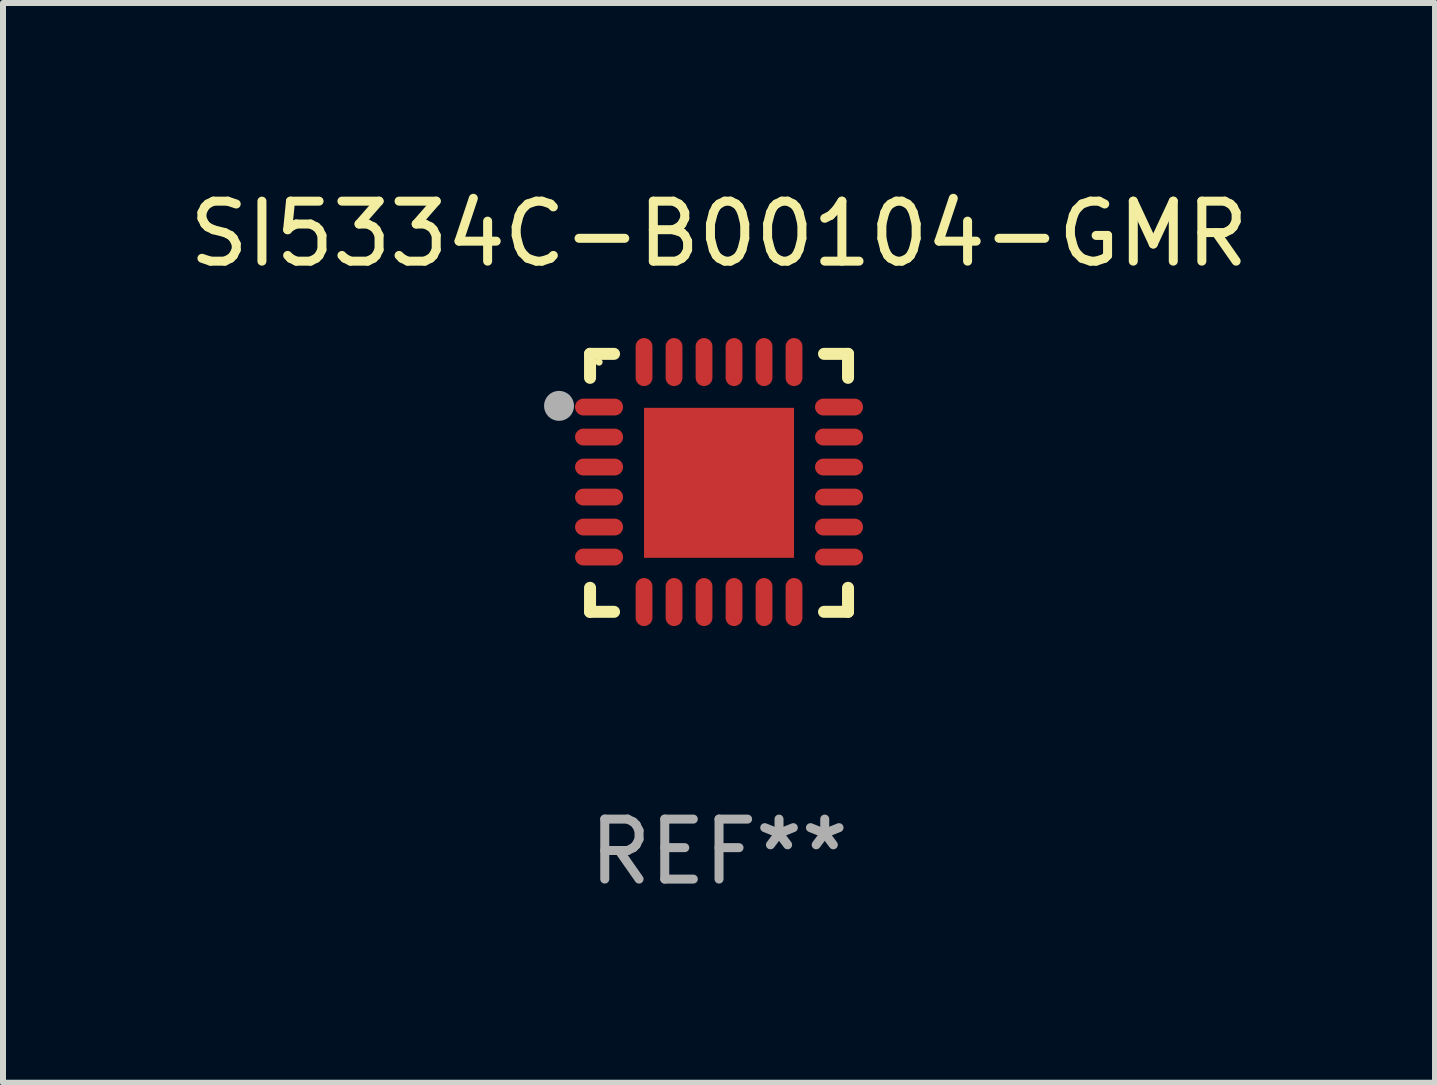
<source format=kicad_pcb>
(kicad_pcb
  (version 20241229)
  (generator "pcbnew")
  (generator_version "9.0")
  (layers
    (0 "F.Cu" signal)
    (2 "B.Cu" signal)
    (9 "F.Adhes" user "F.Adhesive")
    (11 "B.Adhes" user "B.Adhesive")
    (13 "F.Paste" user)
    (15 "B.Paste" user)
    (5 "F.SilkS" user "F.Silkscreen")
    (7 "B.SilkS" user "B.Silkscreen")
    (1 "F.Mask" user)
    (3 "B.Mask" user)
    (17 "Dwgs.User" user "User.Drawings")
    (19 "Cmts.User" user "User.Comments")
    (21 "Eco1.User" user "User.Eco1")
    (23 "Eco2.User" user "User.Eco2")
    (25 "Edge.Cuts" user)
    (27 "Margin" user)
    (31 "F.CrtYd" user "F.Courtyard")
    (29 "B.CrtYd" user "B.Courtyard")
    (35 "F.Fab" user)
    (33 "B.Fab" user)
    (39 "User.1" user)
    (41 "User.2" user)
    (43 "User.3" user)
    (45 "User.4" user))
  (footprint "SI5334C-B00104-GMR"
    (layer "F.Cu")
    (at 8.935 4.998)
    (property "Reference" "SI5334C-B00104-GMR" (at 0 -4.15 0) (layer "F.SilkS") (effects (font (size 1 1) (thickness 0.15))))
    (attr through_hole)
    (fp_line (start -2.15 -2.15) (end -1.75 -2.15) (stroke (width 0.2) (type solid)) (layer "F.SilkS"))
    (fp_line (start -2.15 -1.75) (end -2.15 -2.15) (stroke (width 0.2) (type solid)) (layer "F.SilkS"))
    (fp_line (start -2.15 2.15) (end -2.15 1.75) (stroke (width 0.2) (type solid)) (layer "F.SilkS"))
    (fp_line (start -1.75 2.15) (end -2.15 2.15) (stroke (width 0.2) (type solid)) (layer "F.SilkS"))
    (fp_line (start 1.75 -2.15) (end 2.15 -2.15) (stroke (width 0.2) (type solid)) (layer "F.SilkS"))
    (fp_line (start 1.75 2.15) (end 2.15 2.15) (stroke (width 0.2) (type solid)) (layer "F.SilkS"))
    (fp_line (start 2.15 -2.15) (end 2.15 -1.75) (stroke (width 0.2) (type solid)) (layer "F.SilkS"))
    (fp_line (start 2.15 2.15) (end 2.15 1.75) (stroke (width 0.2) (type solid)) (layer "F.SilkS"))
    (fp_circle (center -2 -2.013) (end -1.97 -2.013) (stroke (width 0.06) (type solid)) (fill no) (layer "F.SilkS"))
    (fp_circle (center -2.667 -1.283) (end -2.542 -1.283) (stroke (width 0.25) (type solid)) (fill no) (layer "F.Fab"))
    (fp_text user "REF**" (at 0 6.15 0) (layer "F.Fab") (effects (font (size 1 1) (thickness 0.15))))
    (pad "1" smd oval (at -2 -1.263) (size 0.8 0.28) (layers "F.Cu" "F.Mask" "F.Paste"))
    (pad "2" smd oval (at -2 -0.763) (size 0.8 0.28) (layers "F.Cu" "F.Mask" "F.Paste"))
    (pad "3" smd oval (at -2 -0.263) (size 0.8 0.28) (layers "F.Cu" "F.Mask" "F.Paste"))
    (pad "4" smd oval (at -2 0.237) (size 0.8 0.28) (layers "F.Cu" "F.Mask" "F.Paste"))
    (pad "5" smd oval (at -2 0.737) (size 0.8 0.28) (layers "F.Cu" "F.Mask" "F.Paste"))
    (pad "6" smd oval (at -2 1.237) (size 0.8 0.28) (layers "F.Cu" "F.Mask" "F.Paste"))
    (pad "7" smd oval (at -1.25 1.987) (size 0.28 0.8) (layers "F.Cu" "F.Mask" "F.Paste"))
    (pad "8" smd oval (at -0.75 1.987) (size 0.28 0.8) (layers "F.Cu" "F.Mask" "F.Paste"))
    (pad "9" smd oval (at -0.25 1.987) (size 0.28 0.8) (layers "F.Cu" "F.Mask" "F.Paste"))
    (pad "10" smd oval (at 0.25 1.987) (size 0.28 0.8) (layers "F.Cu" "F.Mask" "F.Paste"))
    (pad "11" smd oval (at 0.75 1.987) (size 0.28 0.8) (layers "F.Cu" "F.Mask" "F.Paste"))
    (pad "12" smd oval (at 1.25 1.987) (size 0.28 0.8) (layers "F.Cu" "F.Mask" "F.Paste"))
    (pad "13" smd oval (at 2 1.237) (size 0.8 0.28) (layers "F.Cu" "F.Mask" "F.Paste"))
    (pad "14" smd oval (at 2 0.737) (size 0.8 0.28) (layers "F.Cu" "F.Mask" "F.Paste"))
    (pad "15" smd oval (at 2 0.237) (size 0.8 0.28) (layers "F.Cu" "F.Mask" "F.Paste"))
    (pad "16" smd oval (at 2 -0.263) (size 0.8 0.28) (layers "F.Cu" "F.Mask" "F.Paste"))
    (pad "17" smd oval (at 2 -0.763) (size 0.8 0.28) (layers "F.Cu" "F.Mask" "F.Paste"))
    (pad "18" smd oval (at 2 -1.263) (size 0.8 0.28) (layers "F.Cu" "F.Mask" "F.Paste"))
    (pad "19" smd oval (at 1.25 -2.013) (size 0.28 0.8) (layers "F.Cu" "F.Mask" "F.Paste"))
    (pad "20" smd oval (at 0.75 -2.013) (size 0.28 0.8) (layers "F.Cu" "F.Mask" "F.Paste"))
    (pad "21" smd oval (at 0.25 -2.013) (size 0.28 0.8) (layers "F.Cu" "F.Mask" "F.Paste"))
    (pad "22" smd oval (at -0.25 -2.013) (size 0.28 0.8) (layers "F.Cu" "F.Mask" "F.Paste"))
    (pad "23" smd oval (at -0.75 -2.013) (size 0.28 0.8) (layers "F.Cu" "F.Mask" "F.Paste"))
    (pad "24" smd oval (at -1.25 -2.013) (size 0.28 0.8) (layers "F.Cu" "F.Mask" "F.Paste"))
    (pad "25" smd rect (at -0.000127 -0.00014) (size 2.5 2.5) (layers "F.Cu" "F.Mask" "F.Paste")))
  (gr_rect
    (start -3 -3)
    (end 20.869 14.997)
    (stroke (width 0.1) (type default))
    (fill no)
    (layer "Edge.Cuts")))
</source>
